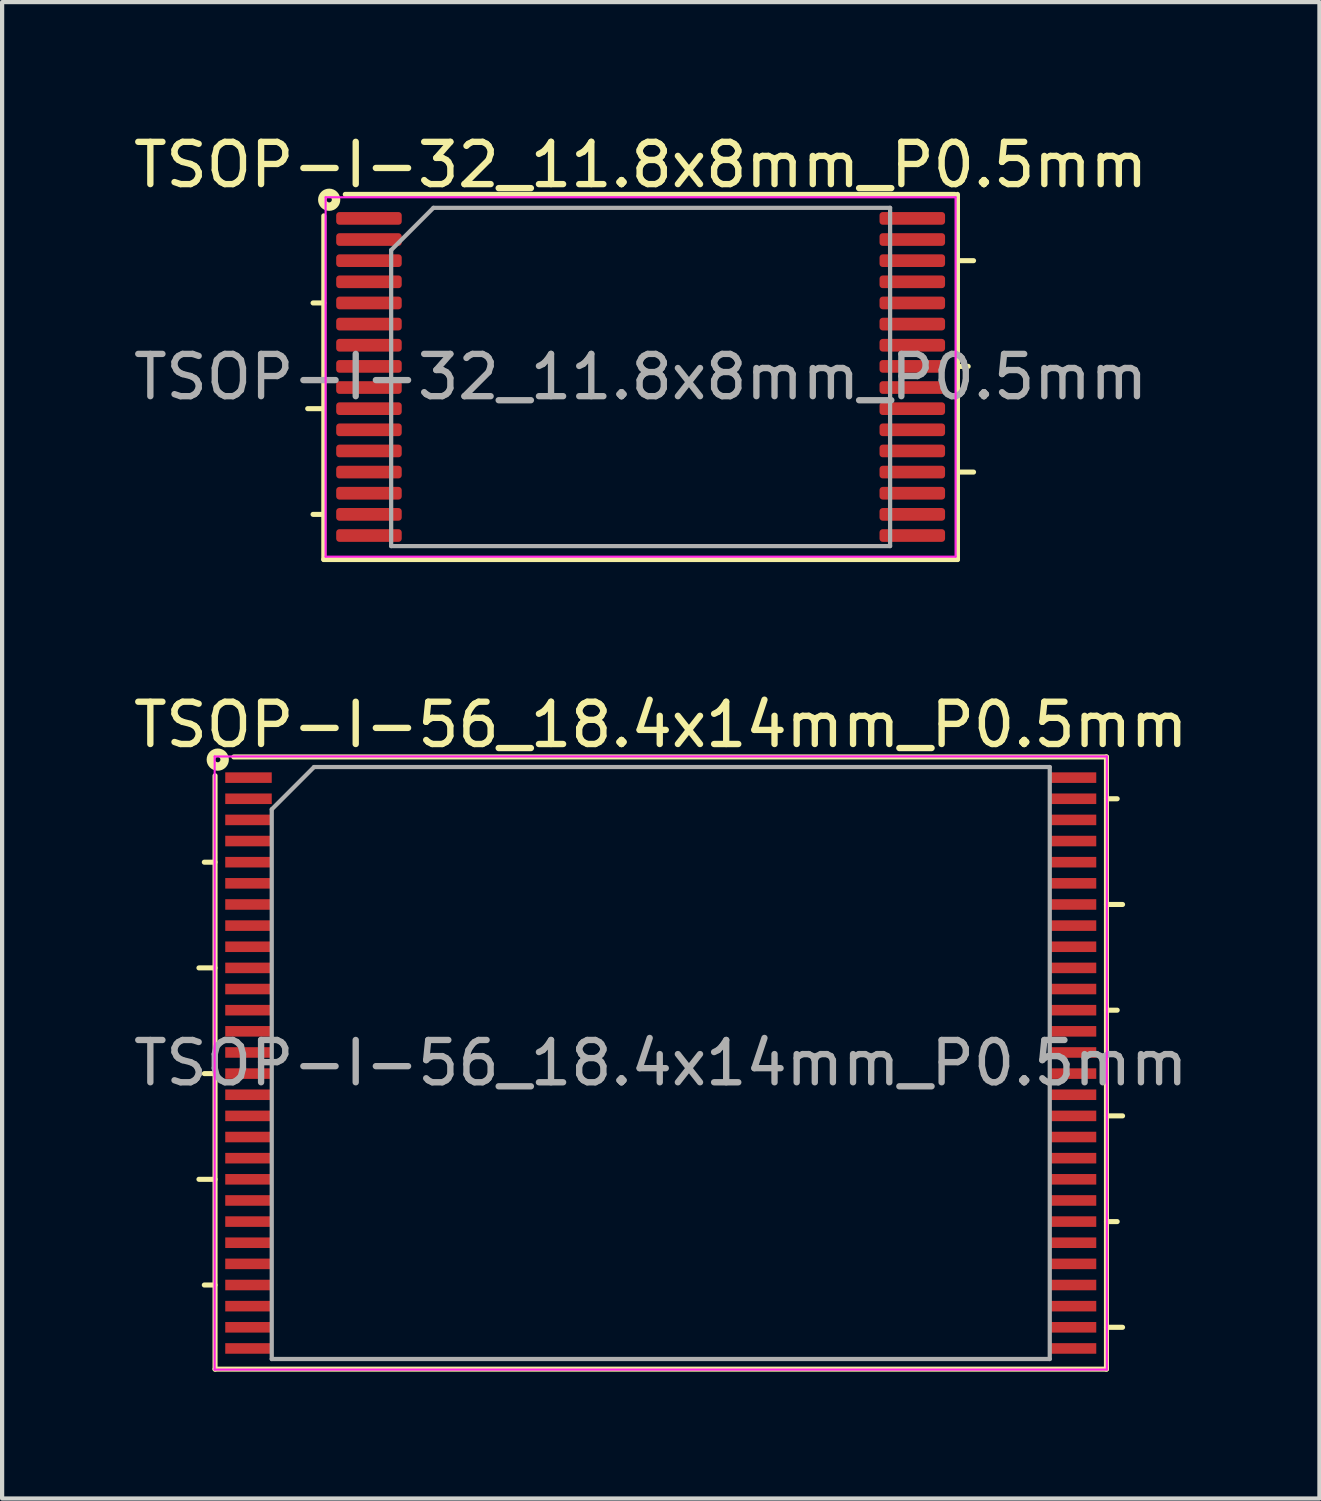
<source format=kicad_pcb>
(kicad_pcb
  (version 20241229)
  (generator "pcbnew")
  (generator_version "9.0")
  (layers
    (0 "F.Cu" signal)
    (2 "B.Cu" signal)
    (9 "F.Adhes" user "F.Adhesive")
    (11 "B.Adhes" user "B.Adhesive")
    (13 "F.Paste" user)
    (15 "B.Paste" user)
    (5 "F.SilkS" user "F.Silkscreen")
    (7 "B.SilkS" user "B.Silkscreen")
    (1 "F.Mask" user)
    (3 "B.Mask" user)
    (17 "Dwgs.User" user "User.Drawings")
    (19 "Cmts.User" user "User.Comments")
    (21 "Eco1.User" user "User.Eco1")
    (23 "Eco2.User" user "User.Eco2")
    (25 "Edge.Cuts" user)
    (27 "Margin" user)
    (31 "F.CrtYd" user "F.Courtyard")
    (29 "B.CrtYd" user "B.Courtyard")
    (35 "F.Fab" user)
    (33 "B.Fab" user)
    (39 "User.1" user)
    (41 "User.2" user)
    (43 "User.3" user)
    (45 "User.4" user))
  (footprint "TSOP-I-32_11.8x8mm_P0.5mm"
    (layer "F.Cu")
    (at 12.101 5.865)
    (property "Reference" "TSOP-I-32_11.8x8mm_P0.5mm" (at 0 -5.016 0) (layer "F.SilkS") (effects (font (size 1 1) (thickness 0.15))))
    (attr smd)
    (fp_line (start -7.874 0.75) (end -7.5 0.75) (stroke (width 0.12) (type solid)) (layer "F.SilkS"))
    (fp_line (start -7.747 -1.75) (end -7.493 -1.75) (stroke (width 0.12) (type solid)) (layer "F.SilkS"))
    (fp_line (start -7.747 3.25) (end -7.5 3.25) (stroke (width 0.12) (type solid)) (layer "F.SilkS"))
    (fp_line (start -7.493 -3.81) (end -7.493 4.318) (stroke (width 0.12) (type solid)) (layer "F.SilkS"))
    (fp_line (start -7.493 4.318) (end 7.493 4.318) (stroke (width 0.12) (type solid)) (layer "F.SilkS"))
    (fp_line (start 7.429 -4.318) (end -6.985 -4.318) (stroke (width 0.12) (type solid)) (layer "F.SilkS"))
    (fp_line (start 7.493 4.318) (end 7.493 -4.318) (stroke (width 0.12) (type solid)) (layer "F.SilkS"))
    (fp_line (start 7.5 -2.75) (end 7.874 -2.75) (stroke (width 0.12) (type solid)) (layer "F.SilkS"))
    (fp_line (start 7.5 -0.25) (end 7.747 -0.25) (stroke (width 0.12) (type solid)) (layer "F.SilkS"))
    (fp_line (start 7.5 2.25) (end 7.874 2.25) (stroke (width 0.12) (type solid)) (layer "F.SilkS"))
    (fp_circle (center -7.366 -4.191) (end -7.303 -4.191) (stroke (width 0.2) (type solid)) (fill no) (layer "F.SilkS"))
    (fp_line (start -7.45 -4.25) (end -7.45 4.25) (stroke (width 0.05) (type solid)) (layer "F.CrtYd"))
    (fp_line (start -7.45 4.25) (end 7.45 4.25) (stroke (width 0.05) (type solid)) (layer "F.CrtYd"))
    (fp_line (start 7.45 -4.25) (end -7.45 -4.25) (stroke (width 0.05) (type solid)) (layer "F.CrtYd"))
    (fp_line (start 7.45 4.25) (end 7.45 -4.25) (stroke (width 0.05) (type solid)) (layer "F.CrtYd"))
    (fp_line (start -5.9 -3) (end -4.9 -4) (stroke (width 0.1) (type solid)) (layer "F.Fab"))
    (fp_line (start -5.9 4) (end -5.9 -3) (stroke (width 0.1) (type solid)) (layer "F.Fab"))
    (fp_line (start -4.9 -4) (end 5.9 -4) (stroke (width 0.1) (type solid)) (layer "F.Fab"))
    (fp_line (start 5.9 -4) (end 5.9 4) (stroke (width 0.1) (type solid)) (layer "F.Fab"))
    (fp_line (start 5.9 4) (end -5.9 4) (stroke (width 0.1) (type solid)) (layer "F.Fab"))
    (fp_text user "${REFERENCE}" (at 0 0 0) (layer "F.Fab") (effects (font (size 1 1) (thickness 0.15))))
    (pad "1" smd roundrect (at -6.425 -3.75) (size 1.55 0.3) (layers "F.Cu" "F.Mask" "F.Paste") (roundrect_rratio 0.25))
    (pad "2" smd roundrect (at -6.425 -3.25) (size 1.55 0.3) (layers "F.Cu" "F.Mask" "F.Paste") (roundrect_rratio 0.25))
    (pad "3" smd roundrect (at -6.425 -2.75) (size 1.55 0.3) (layers "F.Cu" "F.Mask" "F.Paste") (roundrect_rratio 0.25))
    (pad "4" smd roundrect (at -6.425 -2.25) (size 1.55 0.3) (layers "F.Cu" "F.Mask" "F.Paste") (roundrect_rratio 0.25))
    (pad "5" smd roundrect (at -6.425 -1.75) (size 1.55 0.3) (layers "F.Cu" "F.Mask" "F.Paste") (roundrect_rratio 0.25))
    (pad "6" smd roundrect (at -6.425 -1.25) (size 1.55 0.3) (layers "F.Cu" "F.Mask" "F.Paste") (roundrect_rratio 0.25))
    (pad "7" smd roundrect (at -6.425 -0.75) (size 1.55 0.3) (layers "F.Cu" "F.Mask" "F.Paste") (roundrect_rratio 0.25))
    (pad "8" smd roundrect (at -6.425 -0.25) (size 1.55 0.3) (layers "F.Cu" "F.Mask" "F.Paste") (roundrect_rratio 0.25))
    (pad "9" smd roundrect (at -6.425 0.25) (size 1.55 0.3) (layers "F.Cu" "F.Mask" "F.Paste") (roundrect_rratio 0.25))
    (pad "10" smd roundrect (at -6.425 0.75) (size 1.55 0.3) (layers "F.Cu" "F.Mask" "F.Paste") (roundrect_rratio 0.25))
    (pad "11" smd roundrect (at -6.425 1.25) (size 1.55 0.3) (layers "F.Cu" "F.Mask" "F.Paste") (roundrect_rratio 0.25))
    (pad "12" smd roundrect (at -6.425 1.75) (size 1.55 0.3) (layers "F.Cu" "F.Mask" "F.Paste") (roundrect_rratio 0.25))
    (pad "13" smd roundrect (at -6.425 2.25) (size 1.55 0.3) (layers "F.Cu" "F.Mask" "F.Paste") (roundrect_rratio 0.25))
    (pad "14" smd roundrect (at -6.425 2.75) (size 1.55 0.3) (layers "F.Cu" "F.Mask" "F.Paste") (roundrect_rratio 0.25))
    (pad "15" smd roundrect (at -6.425 3.25) (size 1.55 0.3) (layers "F.Cu" "F.Mask" "F.Paste") (roundrect_rratio 0.25))
    (pad "16" smd roundrect (at -6.425 3.75) (size 1.55 0.3) (layers "F.Cu" "F.Mask" "F.Paste") (roundrect_rratio 0.25))
    (pad "17" smd roundrect (at 6.425 3.75) (size 1.55 0.3) (layers "F.Cu" "F.Mask" "F.Paste") (roundrect_rratio 0.25))
    (pad "18" smd roundrect (at 6.425 3.25) (size 1.55 0.3) (layers "F.Cu" "F.Mask" "F.Paste") (roundrect_rratio 0.25))
    (pad "19" smd roundrect (at 6.425 2.75) (size 1.55 0.3) (layers "F.Cu" "F.Mask" "F.Paste") (roundrect_rratio 0.25))
    (pad "20" smd roundrect (at 6.425 2.25) (size 1.55 0.3) (layers "F.Cu" "F.Mask" "F.Paste") (roundrect_rratio 0.25))
    (pad "21" smd roundrect (at 6.425 1.75) (size 1.55 0.3) (layers "F.Cu" "F.Mask" "F.Paste") (roundrect_rratio 0.25))
    (pad "22" smd roundrect (at 6.425 1.25) (size 1.55 0.3) (layers "F.Cu" "F.Mask" "F.Paste") (roundrect_rratio 0.25))
    (pad "23" smd roundrect (at 6.425 0.75) (size 1.55 0.3) (layers "F.Cu" "F.Mask" "F.Paste") (roundrect_rratio 0.25))
    (pad "24" smd roundrect (at 6.425 0.25) (size 1.55 0.3) (layers "F.Cu" "F.Mask" "F.Paste") (roundrect_rratio 0.25))
    (pad "25" smd roundrect (at 6.425 -0.25) (size 1.55 0.3) (layers "F.Cu" "F.Mask" "F.Paste") (roundrect_rratio 0.25))
    (pad "26" smd roundrect (at 6.425 -0.75) (size 1.55 0.3) (layers "F.Cu" "F.Mask" "F.Paste") (roundrect_rratio 0.25))
    (pad "27" smd roundrect (at 6.425 -1.25) (size 1.55 0.3) (layers "F.Cu" "F.Mask" "F.Paste") (roundrect_rratio 0.25))
    (pad "28" smd roundrect (at 6.425 -1.75) (size 1.55 0.3) (layers "F.Cu" "F.Mask" "F.Paste") (roundrect_rratio 0.25))
    (pad "29" smd roundrect (at 6.425 -2.25) (size 1.55 0.3) (layers "F.Cu" "F.Mask" "F.Paste") (roundrect_rratio 0.25))
    (pad "30" smd roundrect (at 6.425 -2.75) (size 1.55 0.3) (layers "F.Cu" "F.Mask" "F.Paste") (roundrect_rratio 0.25))
    (pad "31" smd roundrect (at 6.425 -3.25) (size 1.55 0.3) (layers "F.Cu" "F.Mask" "F.Paste") (roundrect_rratio 0.25))
    (pad "32" smd roundrect (at 6.425 -3.75) (size 1.55 0.3) (layers "F.Cu" "F.Mask" "F.Paste") (roundrect_rratio 0.25)))
  (footprint "TSOP-I-56_18.4x14mm_P0.5mm"
    (layer "F.Cu")
    (at 12.577 22.091)
    (property "Reference" "TSOP-I-56_18.4x14mm_P0.5mm" (at 0 -8 0) (layer "F.SilkS") (effects (font (size 1 1) (thickness 0.15))))
    (attr smd)
    (fp_line (start -10.922 -2.25) (end -10.541 -2.25) (stroke (width 0.12) (type solid)) (layer "F.SilkS"))
    (fp_line (start -10.922 2.75) (end -10.541 2.75) (stroke (width 0.12) (type solid)) (layer "F.SilkS"))
    (fp_line (start -10.795 -4.75) (end -10.541 -4.75) (stroke (width 0.12) (type solid)) (layer "F.SilkS"))
    (fp_line (start -10.795 0.25) (end -10.541 0.25) (stroke (width 0.12) (type solid)) (layer "F.SilkS"))
    (fp_line (start -10.795 5.25) (end -10.541 5.25) (stroke (width 0.12) (type solid)) (layer "F.SilkS"))
    (fp_line (start -10.541 -6.795) (end -10.541 7.239) (stroke (width 0.12) (type solid)) (layer "F.SilkS"))
    (fp_line (start -10.541 7.239) (end 10.541 7.239) (stroke (width 0.12) (type solid)) (layer "F.SilkS"))
    (fp_line (start 10.541 -7.239) (end -10.097 -7.239) (stroke (width 0.12) (type solid)) (layer "F.SilkS"))
    (fp_line (start 10.541 7.239) (end 10.541 -7.239) (stroke (width 0.12) (type solid)) (layer "F.SilkS"))
    (fp_line (start 10.795 -6.25) (end 10.541 -6.25) (stroke (width 0.12) (type solid)) (layer "F.SilkS"))
    (fp_line (start 10.795 -1.25) (end 10.541 -1.25) (stroke (width 0.12) (type solid)) (layer "F.SilkS"))
    (fp_line (start 10.795 3.75) (end 10.541 3.75) (stroke (width 0.12) (type solid)) (layer "F.SilkS"))
    (fp_line (start 10.922 -3.75) (end 10.541 -3.75) (stroke (width 0.12) (type solid)) (layer "F.SilkS"))
    (fp_line (start 10.922 1.25) (end 10.541 1.25) (stroke (width 0.12) (type solid)) (layer "F.SilkS"))
    (fp_line (start 10.922 6.25) (end 10.541 6.25) (stroke (width 0.12) (type solid)) (layer "F.SilkS"))
    (fp_circle (center -10.477 -7.176) (end -10.414 -7.176) (stroke (width 0.2) (type solid)) (fill no) (layer "F.SilkS"))
    (fp_line (start -10.55 -7.25) (end 10.55 -7.25) (stroke (width 0.05) (type solid)) (layer "F.CrtYd"))
    (fp_line (start -10.55 7.25) (end -10.55 -7.25) (stroke (width 0.05) (type solid)) (layer "F.CrtYd"))
    (fp_line (start 10.55 -7.25) (end 10.55 7.25) (stroke (width 0.05) (type solid)) (layer "F.CrtYd"))
    (fp_line (start 10.55 7.25) (end -10.55 7.25) (stroke (width 0.05) (type solid)) (layer "F.CrtYd"))
    (fp_line (start -9.2 7) (end -9.2 -6) (stroke (width 0.1) (type solid)) (layer "F.Fab"))
    (fp_line (start -8.2 -7) (end -9.2 -6) (stroke (width 0.1) (type solid)) (layer "F.Fab"))
    (fp_line (start -8.2 -7) (end 9.2 -7) (stroke (width 0.1) (type solid)) (layer "F.Fab"))
    (fp_line (start 9.2 -7) (end 9.2 7) (stroke (width 0.1) (type solid)) (layer "F.Fab"))
    (fp_line (start 9.2 7) (end -9.2 7) (stroke (width 0.1) (type solid)) (layer "F.Fab"))
    (fp_text user "${REFERENCE}" (at 0 0 0) (layer "F.Fab") (effects (font (size 1 1) (thickness 0.15))))
    (pad "1" smd rect (at -9.75 -6.75) (size 1.1 0.25) (layers "F.Cu" "F.Mask" "F.Paste"))
    (pad "2" smd rect (at -9.75 -6.25) (size 1.1 0.25) (layers "F.Cu" "F.Mask" "F.Paste"))
    (pad "3" smd rect (at -9.75 -5.75) (size 1.1 0.25) (layers "F.Cu" "F.Mask" "F.Paste"))
    (pad "4" smd rect (at -9.75 -5.25) (size 1.1 0.25) (layers "F.Cu" "F.Mask" "F.Paste"))
    (pad "5" smd rect (at -9.75 -4.75) (size 1.1 0.25) (layers "F.Cu" "F.Mask" "F.Paste"))
    (pad "6" smd rect (at -9.75 -4.25) (size 1.1 0.25) (layers "F.Cu" "F.Mask" "F.Paste"))
    (pad "7" smd rect (at -9.75 -3.75) (size 1.1 0.25) (layers "F.Cu" "F.Mask" "F.Paste"))
    (pad "8" smd rect (at -9.75 -3.25) (size 1.1 0.25) (layers "F.Cu" "F.Mask" "F.Paste"))
    (pad "9" smd rect (at -9.75 -2.75) (size 1.1 0.25) (layers "F.Cu" "F.Mask" "F.Paste"))
    (pad "10" smd rect (at -9.75 -2.25) (size 1.1 0.25) (layers "F.Cu" "F.Mask" "F.Paste"))
    (pad "11" smd rect (at -9.75 -1.75) (size 1.1 0.25) (layers "F.Cu" "F.Mask" "F.Paste"))
    (pad "12" smd rect (at -9.75 -1.25) (size 1.1 0.25) (layers "F.Cu" "F.Mask" "F.Paste"))
    (pad "13" smd rect (at -9.75 -0.75) (size 1.1 0.25) (layers "F.Cu" "F.Mask" "F.Paste"))
    (pad "14" smd rect (at -9.75 -0.25) (size 1.1 0.25) (layers "F.Cu" "F.Mask" "F.Paste"))
    (pad "15" smd rect (at -9.75 0.25) (size 1.1 0.25) (layers "F.Cu" "F.Mask" "F.Paste"))
    (pad "16" smd rect (at -9.75 0.75) (size 1.1 0.25) (layers "F.Cu" "F.Mask" "F.Paste"))
    (pad "17" smd rect (at -9.75 1.25) (size 1.1 0.25) (layers "F.Cu" "F.Mask" "F.Paste"))
    (pad "18" smd rect (at -9.75 1.75) (size 1.1 0.25) (layers "F.Cu" "F.Mask" "F.Paste"))
    (pad "19" smd rect (at -9.75 2.25) (size 1.1 0.25) (layers "F.Cu" "F.Mask" "F.Paste"))
    (pad "20" smd rect (at -9.75 2.75) (size 1.1 0.25) (layers "F.Cu" "F.Mask" "F.Paste"))
    (pad "21" smd rect (at -9.75 3.25) (size 1.1 0.25) (layers "F.Cu" "F.Mask" "F.Paste"))
    (pad "22" smd rect (at -9.75 3.75) (size 1.1 0.25) (layers "F.Cu" "F.Mask" "F.Paste"))
    (pad "23" smd rect (at -9.75 4.25) (size 1.1 0.25) (layers "F.Cu" "F.Mask" "F.Paste"))
    (pad "24" smd rect (at -9.75 4.75) (size 1.1 0.25) (layers "F.Cu" "F.Mask" "F.Paste"))
    (pad "25" smd rect (at -9.75 5.25) (size 1.1 0.25) (layers "F.Cu" "F.Mask" "F.Paste"))
    (pad "26" smd rect (at -9.75 5.75) (size 1.1 0.25) (layers "F.Cu" "F.Mask" "F.Paste"))
    (pad "27" smd rect (at -9.75 6.25) (size 1.1 0.25) (layers "F.Cu" "F.Mask" "F.Paste"))
    (pad "28" smd rect (at -9.75 6.75) (size 1.1 0.25) (layers "F.Cu" "F.Mask" "F.Paste"))
    (pad "29" smd rect (at 9.75 6.75) (size 1.1 0.25) (layers "F.Cu" "F.Mask" "F.Paste"))
    (pad "30" smd rect (at 9.75 6.25) (size 1.1 0.25) (layers "F.Cu" "F.Mask" "F.Paste"))
    (pad "31" smd rect (at 9.75 5.75) (size 1.1 0.25) (layers "F.Cu" "F.Mask" "F.Paste"))
    (pad "32" smd rect (at 9.75 5.25) (size 1.1 0.25) (layers "F.Cu" "F.Mask" "F.Paste"))
    (pad "33" smd rect (at 9.75 4.75) (size 1.1 0.25) (layers "F.Cu" "F.Mask" "F.Paste"))
    (pad "34" smd rect (at 9.75 4.25) (size 1.1 0.25) (layers "F.Cu" "F.Mask" "F.Paste"))
    (pad "35" smd rect (at 9.75 3.75) (size 1.1 0.25) (layers "F.Cu" "F.Mask" "F.Paste"))
    (pad "36" smd rect (at 9.75 3.25) (size 1.1 0.25) (layers "F.Cu" "F.Mask" "F.Paste"))
    (pad "37" smd rect (at 9.75 2.75) (size 1.1 0.25) (layers "F.Cu" "F.Mask" "F.Paste"))
    (pad "38" smd rect (at 9.75 2.25) (size 1.1 0.25) (layers "F.Cu" "F.Mask" "F.Paste"))
    (pad "39" smd rect (at 9.75 1.75) (size 1.1 0.25) (layers "F.Cu" "F.Mask" "F.Paste"))
    (pad "40" smd rect (at 9.75 1.25) (size 1.1 0.25) (layers "F.Cu" "F.Mask" "F.Paste"))
    (pad "41" smd rect (at 9.75 0.75) (size 1.1 0.25) (layers "F.Cu" "F.Mask" "F.Paste"))
    (pad "42" smd rect (at 9.75 0.25) (size 1.1 0.25) (layers "F.Cu" "F.Mask" "F.Paste"))
    (pad "43" smd rect (at 9.75 -0.25) (size 1.1 0.25) (layers "F.Cu" "F.Mask" "F.Paste"))
    (pad "44" smd rect (at 9.75 -0.75) (size 1.1 0.25) (layers "F.Cu" "F.Mask" "F.Paste"))
    (pad "45" smd rect (at 9.75 -1.25) (size 1.1 0.25) (layers "F.Cu" "F.Mask" "F.Paste"))
    (pad "46" smd rect (at 9.75 -1.75) (size 1.1 0.25) (layers "F.Cu" "F.Mask" "F.Paste"))
    (pad "47" smd rect (at 9.75 -2.25) (size 1.1 0.25) (layers "F.Cu" "F.Mask" "F.Paste"))
    (pad "48" smd rect (at 9.75 -2.75) (size 1.1 0.25) (layers "F.Cu" "F.Mask" "F.Paste"))
    (pad "49" smd rect (at 9.75 -3.25) (size 1.1 0.25) (layers "F.Cu" "F.Mask" "F.Paste"))
    (pad "50" smd rect (at 9.75 -3.75) (size 1.1 0.25) (layers "F.Cu" "F.Mask" "F.Paste"))
    (pad "51" smd rect (at 9.75 -4.25) (size 1.1 0.25) (layers "F.Cu" "F.Mask" "F.Paste"))
    (pad "52" smd rect (at 9.75 -4.75) (size 1.1 0.25) (layers "F.Cu" "F.Mask" "F.Paste"))
    (pad "53" smd rect (at 9.75 -5.25) (size 1.1 0.25) (layers "F.Cu" "F.Mask" "F.Paste"))
    (pad "54" smd rect (at 9.75 -5.75) (size 1.1 0.25) (layers "F.Cu" "F.Mask" "F.Paste"))
    (pad "55" smd rect (at 9.75 -6.25) (size 1.1 0.25) (layers "F.Cu" "F.Mask" "F.Paste"))
    (pad "56" smd rect (at 9.75 -6.75) (size 1.1 0.25) (layers "F.Cu" "F.Mask" "F.Paste")))
  (gr_rect
    (start -3 -3)
    (end 28.155 32.39)
    (stroke (width 0.1) (type default))
    (fill no)
    (layer "Edge.Cuts")))
</source>
